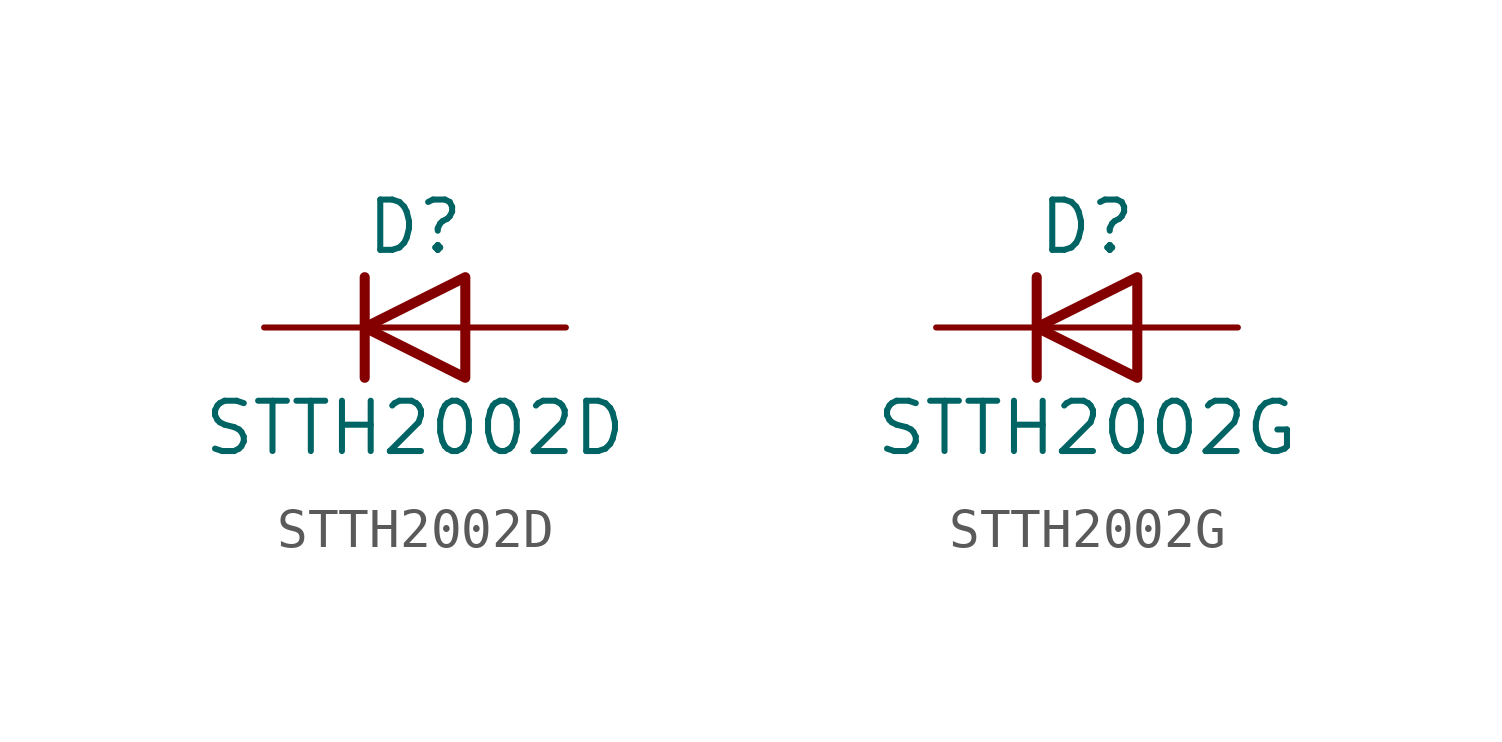
<source format=kicad_sym>
(kicad_symbol_lib
  (version 20211014)
  (generator kicad_symbol_editor)
  (symbol "STTH2002D"
    (pin_numbers hide)
    (pin_names hide)
    (property "Reference" "D"
      (at 0 2.54 0)
      (effects (font (size 1.27 1.27))))
    (property "Value" "STTH2002D"
      (at 0 -2.54 0)
      (effects (font (size 1.27 1.27))))
    (symbol "STTH2002D_0_0"
      (pin no_connect line (at 0 0 90) (length 2.54) hide (name "NC" (effects (font (size 1.27 1.27)))) (number "3" (effects (font (size 1.27 1.27))))))
    (symbol "STTH2002D_0_1"
      (polyline (pts (xy -1.27 1.27) (xy -1.27 -1.27)) (stroke (width 0.254) (type default) (color 0 0 0 0)) (fill (type none)))
      (polyline (pts (xy 1.27 0) (xy -1.27 0)) (stroke (width 0) (type default) (color 0 0 0 0)) (fill (type none)))
      (polyline (pts (xy 1.27 1.27) (xy 1.27 -1.27) (xy -1.27 0) (xy 1.27 1.27)) (stroke (width 0.254) (type default) (color 0 0 0 0)) (fill (type none))))
    (symbol "STTH2002D_1_1"
      (pin passive line (at -3.81 0 0) (length 2.54) (name "K" (effects (font (size 1.27 1.27)))) (number "1" (effects (font (size 1.27 1.27)))))
      (pin passive line (at 3.81 0 180) (length 2.54) (name "A" (effects (font (size 1.27 1.27)))) (number "2" (effects (font (size 1.27 1.27)))))))
  (symbol "STTH2002G"
    (pin_numbers hide)
    (pin_names hide)
    (property "Reference" "D"
      (at 0 2.54 0)
      (effects (font (size 1.27 1.27))))
    (property "Value" "STTH2002G"
      (at 0 -2.54 0)
      (effects (font (size 1.27 1.27))))
    (symbol "STTH2002G_0_0"
      (pin passive line (at -3.81 0 0) (length 2.54) (name "K" (effects (font (size 1.27 1.27)))) (number "2" (effects (font (size 1.27 1.27))))))
    (symbol "STTH2002G_0_1"
      (polyline (pts (xy -1.27 1.27) (xy -1.27 -1.27)) (stroke (width 0.254) (type default) (color 0 0 0 0)) (fill (type none)))
      (polyline (pts (xy 1.27 0) (xy -1.27 0)) (stroke (width 0) (type default) (color 0 0 0 0)) (fill (type none)))
      (polyline (pts (xy 1.27 1.27) (xy 1.27 -1.27) (xy -1.27 0) (xy 1.27 1.27)) (stroke (width 0.254) (type default) (color 0 0 0 0)) (fill (type none))))
    (symbol "STTH2002G_1_1"
      (pin no_connect line (at 0 0 90) (length 2.54) hide (name "NC" (effects (font (size 1.27 1.27)))) (number "1" (effects (font (size 1.27 1.27)))))
      (pin passive line (at 3.81 0 180) (length 2.54) (name "A" (effects (font (size 1.27 1.27)))) (number "3" (effects (font (size 1.27 1.27))))))))
</source>
